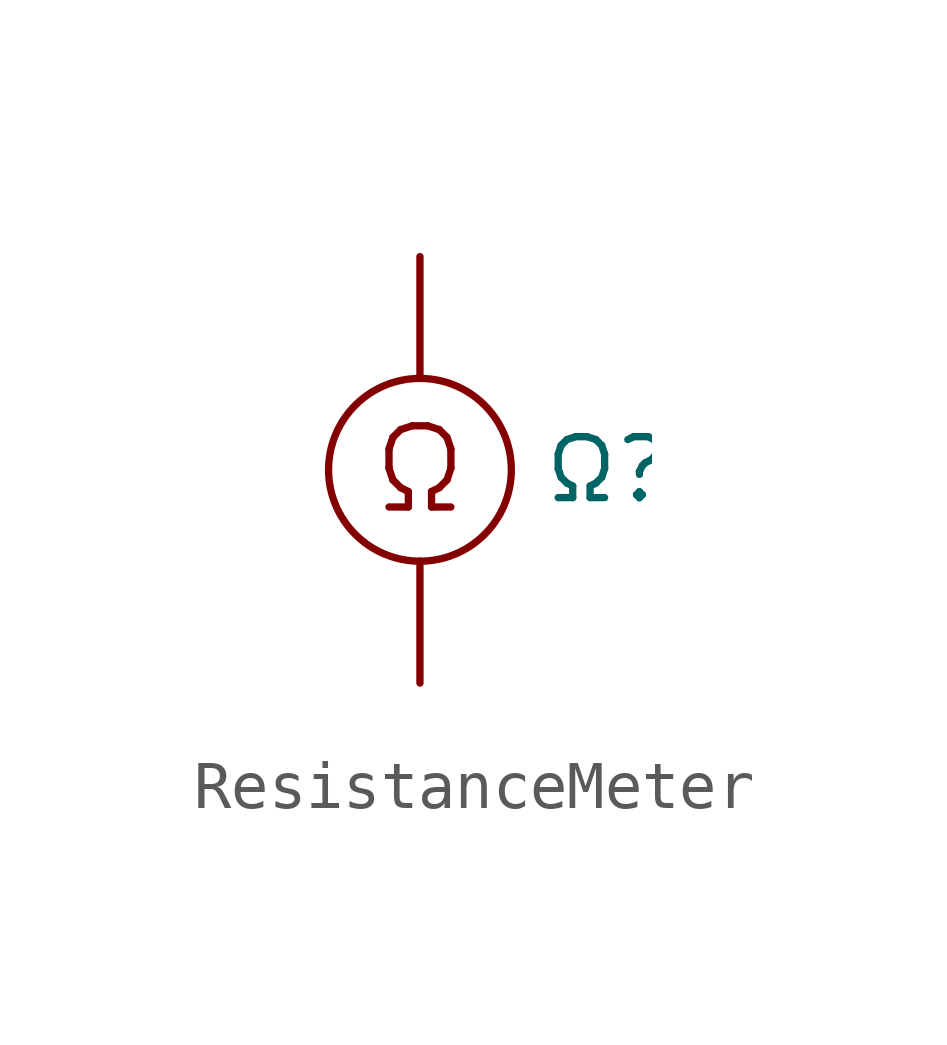
<source format=kicad_sym>
(kicad_symbol_lib
  (version 20220914)
  (generator kicad_symbol_editor)
  (symbol "ResistanceMeter"
    (pin_numbers hide)
    (pin_names
      (offset 0) hide)
    (property "Reference" "Ω"
      (at 2.54 -2.54 0)
      (effects (font (size 1.27 1.27)) (justify left)))
    (symbol "ResistanceMeter_0_0"
      (circle (center 0 -2.54) (radius 1.905) (stroke (width 0.152) (type default)) (fill (type none)))
      (text "Ω" (at 0 -2.54 0) (effects (font (size 1.693 1.693)))))
    (symbol "ResistanceMeter_1_1"
      (pin unspecified line (at 0 -6.985 90) (length 2.54) (name "" (effects (font (size 1.27 1.27)))) (number "" (effects (font (size 1.27 1.27)))))
      (pin unspecified line (at 0 1.905 270) (length 2.54) (name "" (effects (font (size 1.27 1.27)))) (number "" (effects (font (size 1.27 1.27))))))))
</source>
